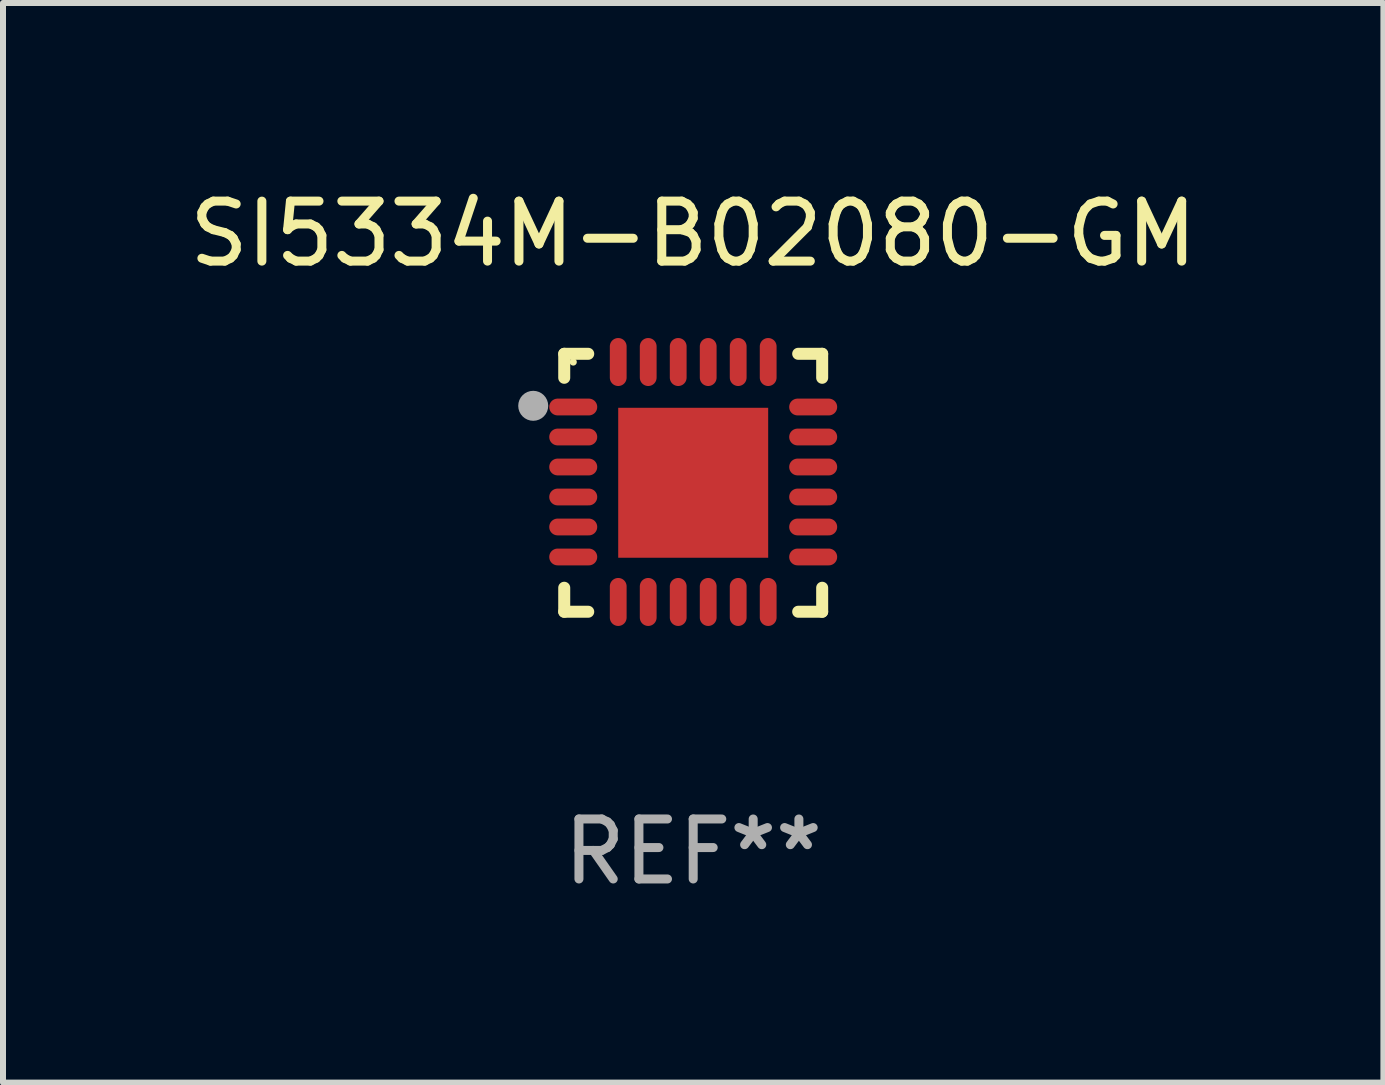
<source format=kicad_pcb>
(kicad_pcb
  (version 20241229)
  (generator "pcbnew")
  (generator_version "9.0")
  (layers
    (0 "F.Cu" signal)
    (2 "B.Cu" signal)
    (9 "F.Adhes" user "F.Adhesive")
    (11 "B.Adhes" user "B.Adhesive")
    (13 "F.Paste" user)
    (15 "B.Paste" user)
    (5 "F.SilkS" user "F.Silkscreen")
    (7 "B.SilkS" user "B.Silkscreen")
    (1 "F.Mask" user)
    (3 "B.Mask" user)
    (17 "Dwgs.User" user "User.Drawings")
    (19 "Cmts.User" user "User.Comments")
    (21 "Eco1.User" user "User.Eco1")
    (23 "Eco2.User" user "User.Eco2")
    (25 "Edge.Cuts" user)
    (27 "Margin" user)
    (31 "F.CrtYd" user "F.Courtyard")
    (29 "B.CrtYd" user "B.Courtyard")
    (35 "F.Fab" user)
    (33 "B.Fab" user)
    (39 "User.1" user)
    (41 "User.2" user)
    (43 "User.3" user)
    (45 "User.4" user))
  (footprint "SI5334M-B02080-GM"
    (layer "F.Cu")
    (at 8.506 4.998)
    (property "Reference" "SI5334M-B02080-GM" (at 0 -4.15 0) (layer "F.SilkS") (effects (font (size 1 1) (thickness 0.15))))
    (attr through_hole)
    (fp_line (start -2.15 -2.15) (end -1.75 -2.15) (stroke (width 0.2) (type solid)) (layer "F.SilkS"))
    (fp_line (start -2.15 -1.75) (end -2.15 -2.15) (stroke (width 0.2) (type solid)) (layer "F.SilkS"))
    (fp_line (start -2.15 2.15) (end -2.15 1.75) (stroke (width 0.2) (type solid)) (layer "F.SilkS"))
    (fp_line (start -1.75 2.15) (end -2.15 2.15) (stroke (width 0.2) (type solid)) (layer "F.SilkS"))
    (fp_line (start 1.75 -2.15) (end 2.15 -2.15) (stroke (width 0.2) (type solid)) (layer "F.SilkS"))
    (fp_line (start 1.75 2.15) (end 2.15 2.15) (stroke (width 0.2) (type solid)) (layer "F.SilkS"))
    (fp_line (start 2.15 -2.15) (end 2.15 -1.75) (stroke (width 0.2) (type solid)) (layer "F.SilkS"))
    (fp_line (start 2.15 2.15) (end 2.15 1.75) (stroke (width 0.2) (type solid)) (layer "F.SilkS"))
    (fp_circle (center -2 -2.013) (end -1.97 -2.013) (stroke (width 0.06) (type solid)) (fill no) (layer "F.SilkS"))
    (fp_circle (center -2.667 -1.283) (end -2.542 -1.283) (stroke (width 0.25) (type solid)) (fill no) (layer "F.Fab"))
    (fp_text user "REF**" (at 0 6.15 0) (layer "F.Fab") (effects (font (size 1 1) (thickness 0.15))))
    (pad "1" smd oval (at -2 -1.263) (size 0.8 0.28) (layers "F.Cu" "F.Mask" "F.Paste"))
    (pad "2" smd oval (at -2 -0.763) (size 0.8 0.28) (layers "F.Cu" "F.Mask" "F.Paste"))
    (pad "3" smd oval (at -2 -0.263) (size 0.8 0.28) (layers "F.Cu" "F.Mask" "F.Paste"))
    (pad "4" smd oval (at -2 0.237) (size 0.8 0.28) (layers "F.Cu" "F.Mask" "F.Paste"))
    (pad "5" smd oval (at -2 0.737) (size 0.8 0.28) (layers "F.Cu" "F.Mask" "F.Paste"))
    (pad "6" smd oval (at -2 1.237) (size 0.8 0.28) (layers "F.Cu" "F.Mask" "F.Paste"))
    (pad "7" smd oval (at -1.25 1.987) (size 0.28 0.8) (layers "F.Cu" "F.Mask" "F.Paste"))
    (pad "8" smd oval (at -0.75 1.987) (size 0.28 0.8) (layers "F.Cu" "F.Mask" "F.Paste"))
    (pad "9" smd oval (at -0.25 1.987) (size 0.28 0.8) (layers "F.Cu" "F.Mask" "F.Paste"))
    (pad "10" smd oval (at 0.25 1.987) (size 0.28 0.8) (layers "F.Cu" "F.Mask" "F.Paste"))
    (pad "11" smd oval (at 0.75 1.987) (size 0.28 0.8) (layers "F.Cu" "F.Mask" "F.Paste"))
    (pad "12" smd oval (at 1.25 1.987) (size 0.28 0.8) (layers "F.Cu" "F.Mask" "F.Paste"))
    (pad "13" smd oval (at 2 1.237) (size 0.8 0.28) (layers "F.Cu" "F.Mask" "F.Paste"))
    (pad "14" smd oval (at 2 0.737) (size 0.8 0.28) (layers "F.Cu" "F.Mask" "F.Paste"))
    (pad "15" smd oval (at 2 0.237) (size 0.8 0.28) (layers "F.Cu" "F.Mask" "F.Paste"))
    (pad "16" smd oval (at 2 -0.263) (size 0.8 0.28) (layers "F.Cu" "F.Mask" "F.Paste"))
    (pad "17" smd oval (at 2 -0.763) (size 0.8 0.28) (layers "F.Cu" "F.Mask" "F.Paste"))
    (pad "18" smd oval (at 2 -1.263) (size 0.8 0.28) (layers "F.Cu" "F.Mask" "F.Paste"))
    (pad "19" smd oval (at 1.25 -2.013) (size 0.28 0.8) (layers "F.Cu" "F.Mask" "F.Paste"))
    (pad "20" smd oval (at 0.75 -2.013) (size 0.28 0.8) (layers "F.Cu" "F.Mask" "F.Paste"))
    (pad "21" smd oval (at 0.25 -2.013) (size 0.28 0.8) (layers "F.Cu" "F.Mask" "F.Paste"))
    (pad "22" smd oval (at -0.25 -2.013) (size 0.28 0.8) (layers "F.Cu" "F.Mask" "F.Paste"))
    (pad "23" smd oval (at -0.75 -2.013) (size 0.28 0.8) (layers "F.Cu" "F.Mask" "F.Paste"))
    (pad "24" smd oval (at -1.25 -2.013) (size 0.28 0.8) (layers "F.Cu" "F.Mask" "F.Paste"))
    (pad "25" smd rect (at -0.000127 -0.00014) (size 2.5 2.5) (layers "F.Cu" "F.Mask" "F.Paste")))
  (gr_rect
    (start -3 -3)
    (end 20.012 14.997)
    (stroke (width 0.1) (type default))
    (fill no)
    (layer "Edge.Cuts")))
</source>
